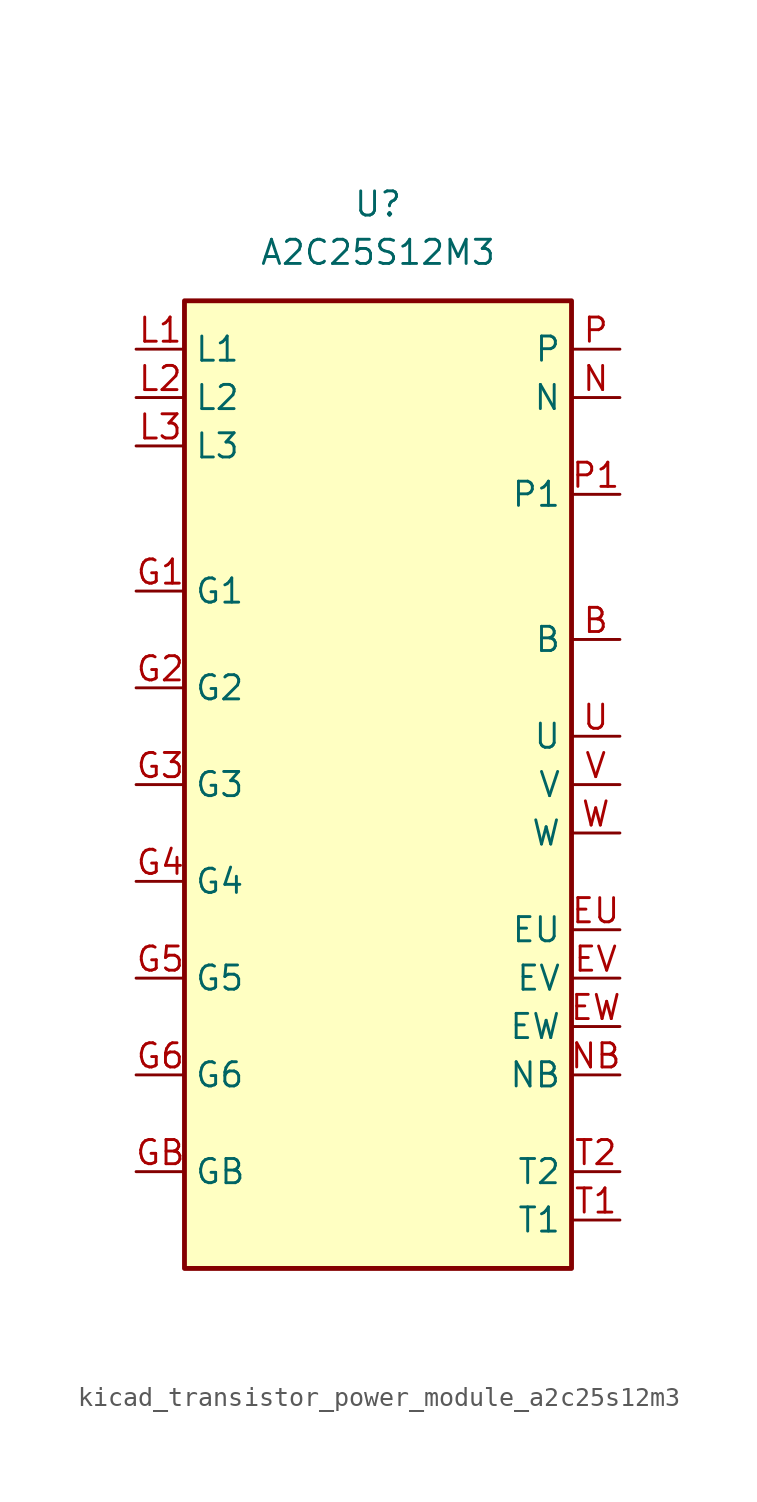
<source format=kicad_sym>
(kicad_symbol_lib
  (version 20220914)
  (generator kicad_symbol_editor)
  (symbol "kicad_transistor_power_module_a2c25s12m3"
    (property "Reference" "U"
      (at 0 30.48 0)
      (effects (font (size 1.27 1.27))))
    (property "Value" "A2C25S12M3"
      (at 0 27.94 0)
      (effects (font (size 1.27 1.27))))
    (symbol "kicad_transistor_power_module_a2c25s12m3_1_1"
      (rectangle (start -10.16 25.4) (end 10.16 -25.4) (stroke (width 0.254) (type default)) (fill (type background)))
      (pin passive line (at 12.7 7.62 180) (length 2.54) (name "B" (effects (font (size 1.27 1.27)))) (number "B" (effects (font (size 1.27 1.27)))))
      (pin passive line (at 12.7 -7.62 180) (length 2.54) (name "EU" (effects (font (size 1.27 1.27)))) (number "EU" (effects (font (size 1.27 1.27)))))
      (pin passive line (at 12.7 -10.16 180) (length 2.54) (name "EV" (effects (font (size 1.27 1.27)))) (number "EV" (effects (font (size 1.27 1.27)))))
      (pin passive line (at 12.7 -12.7 180) (length 2.54) (name "EW" (effects (font (size 1.27 1.27)))) (number "EW" (effects (font (size 1.27 1.27)))))
      (pin passive line (at -12.7 10.16 0) (length 2.54) (name "G1" (effects (font (size 1.27 1.27)))) (number "G1" (effects (font (size 1.27 1.27)))))
      (pin passive line (at -12.7 5.08 0) (length 2.54) (name "G2" (effects (font (size 1.27 1.27)))) (number "G2" (effects (font (size 1.27 1.27)))))
      (pin passive line (at -12.7 0 0) (length 2.54) (name "G3" (effects (font (size 1.27 1.27)))) (number "G3" (effects (font (size 1.27 1.27)))))
      (pin passive line (at -12.7 -5.08 0) (length 2.54) (name "G4" (effects (font (size 1.27 1.27)))) (number "G4" (effects (font (size 1.27 1.27)))))
      (pin passive line (at -12.7 -10.16 0) (length 2.54) (name "G5" (effects (font (size 1.27 1.27)))) (number "G5" (effects (font (size 1.27 1.27)))))
      (pin passive line (at -12.7 -15.24 0) (length 2.54) (name "G6" (effects (font (size 1.27 1.27)))) (number "G6" (effects (font (size 1.27 1.27)))))
      (pin passive line (at -12.7 -20.32 0) (length 2.54) (name "GB" (effects (font (size 1.27 1.27)))) (number "GB" (effects (font (size 1.27 1.27)))))
      (pin passive line (at -12.7 22.86 0) (length 2.54) (name "L1" (effects (font (size 1.27 1.27)))) (number "L1" (effects (font (size 1.27 1.27)))))
      (pin passive line (at -12.7 20.32 0) (length 2.54) (name "L2" (effects (font (size 1.27 1.27)))) (number "L2" (effects (font (size 1.27 1.27)))))
      (pin passive line (at -12.7 17.78 0) (length 2.54) (name "L3" (effects (font (size 1.27 1.27)))) (number "L3" (effects (font (size 1.27 1.27)))))
      (pin passive line (at 12.7 20.32 180) (length 2.54) (name "N" (effects (font (size 1.27 1.27)))) (number "N" (effects (font (size 1.27 1.27)))))
      (pin passive line (at 12.7 -15.24 180) (length 2.54) (name "NB" (effects (font (size 1.27 1.27)))) (number "NB" (effects (font (size 1.27 1.27)))))
      (pin passive line (at 12.7 22.86 180) (length 2.54) (name "P" (effects (font (size 1.27 1.27)))) (number "P" (effects (font (size 1.27 1.27)))))
      (pin passive line (at 12.7 15.24 180) (length 2.54) (name "P1" (effects (font (size 1.27 1.27)))) (number "P1" (effects (font (size 1.27 1.27)))))
      (pin passive line (at 12.7 -22.86 180) (length 2.54) (name "T1" (effects (font (size 1.27 1.27)))) (number "T1" (effects (font (size 1.27 1.27)))))
      (pin passive line (at 12.7 -20.32 180) (length 2.54) (name "T2" (effects (font (size 1.27 1.27)))) (number "T2" (effects (font (size 1.27 1.27)))))
      (pin passive line (at 12.7 2.54 180) (length 2.54) (name "U" (effects (font (size 1.27 1.27)))) (number "U" (effects (font (size 1.27 1.27)))))
      (pin passive line (at 12.7 0 180) (length 2.54) (name "V" (effects (font (size 1.27 1.27)))) (number "V" (effects (font (size 1.27 1.27)))))
      (pin passive line (at 12.7 -2.54 180) (length 2.54) (name "W" (effects (font (size 1.27 1.27)))) (number "W" (effects (font (size 1.27 1.27))))))))
</source>
